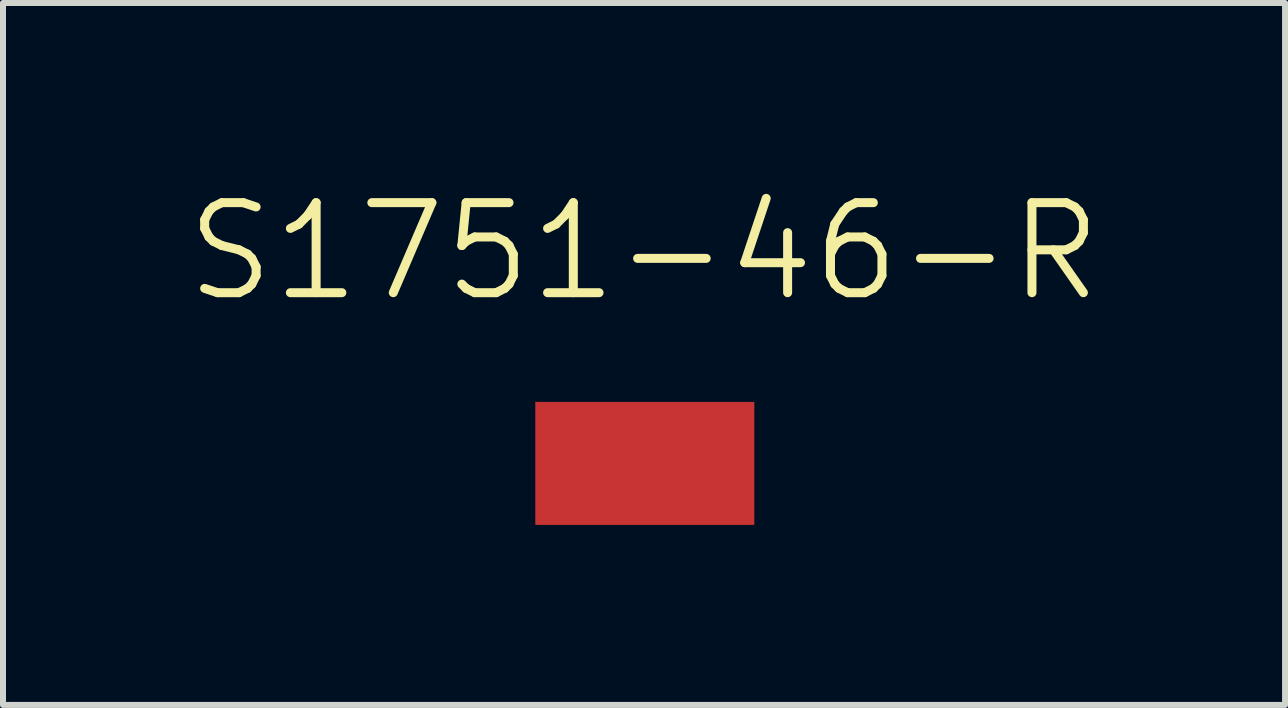
<source format=kicad_pcb>
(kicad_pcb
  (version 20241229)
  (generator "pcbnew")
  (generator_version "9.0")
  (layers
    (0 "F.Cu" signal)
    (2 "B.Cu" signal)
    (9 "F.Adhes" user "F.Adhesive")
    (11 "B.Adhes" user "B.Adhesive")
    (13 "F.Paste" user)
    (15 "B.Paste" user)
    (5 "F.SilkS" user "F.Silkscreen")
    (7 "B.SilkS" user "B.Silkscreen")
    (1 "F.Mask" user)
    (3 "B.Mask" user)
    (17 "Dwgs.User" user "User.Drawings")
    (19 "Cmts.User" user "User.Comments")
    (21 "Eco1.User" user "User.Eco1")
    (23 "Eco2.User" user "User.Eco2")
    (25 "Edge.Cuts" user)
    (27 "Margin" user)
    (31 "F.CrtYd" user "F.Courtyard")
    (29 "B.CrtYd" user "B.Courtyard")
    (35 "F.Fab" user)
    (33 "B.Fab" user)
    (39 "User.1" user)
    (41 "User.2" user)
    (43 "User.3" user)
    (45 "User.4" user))
  (footprint "S1751-46-R"
    (layer "F.Cu")
    (at 7.695 4.672)
    (property "Reference" "S1751-46-R" (at -0.013 -3.531 0) (layer "F.SilkS") (effects (font (size 1.5 1.5) (thickness 0.15))))
    (attr through_hole)
    (pad "1" smd rect (at 0 0) (size 3.65 2.05) (layers "F.Cu" "F.Mask" "F.Paste")))
  (gr_rect
    (start -3 -3)
    (end 18.364 8.697)
    (stroke (width 0.1) (type default))
    (fill no)
    (layer "Edge.Cuts")))
</source>
